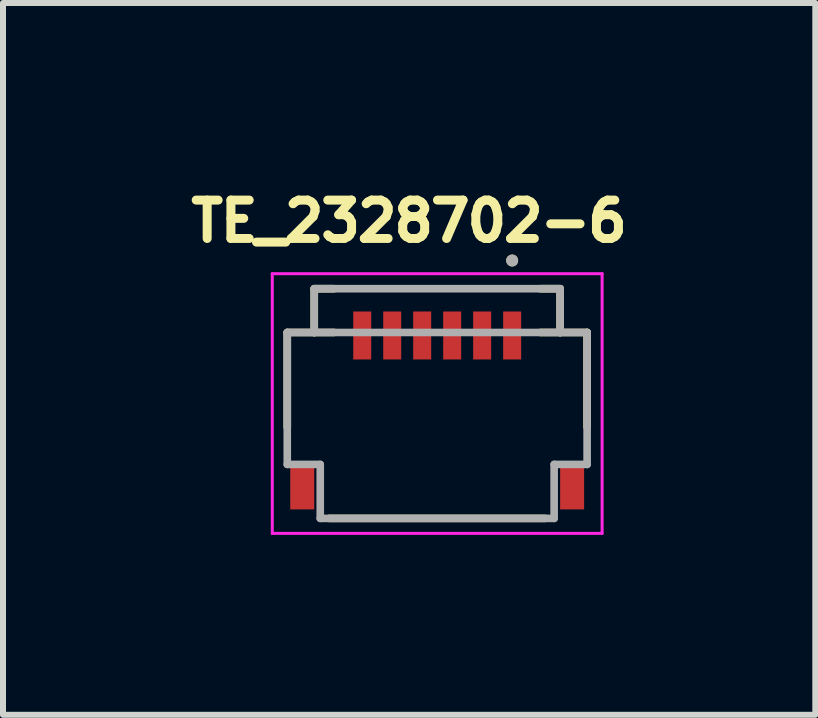
<source format=kicad_pcb>
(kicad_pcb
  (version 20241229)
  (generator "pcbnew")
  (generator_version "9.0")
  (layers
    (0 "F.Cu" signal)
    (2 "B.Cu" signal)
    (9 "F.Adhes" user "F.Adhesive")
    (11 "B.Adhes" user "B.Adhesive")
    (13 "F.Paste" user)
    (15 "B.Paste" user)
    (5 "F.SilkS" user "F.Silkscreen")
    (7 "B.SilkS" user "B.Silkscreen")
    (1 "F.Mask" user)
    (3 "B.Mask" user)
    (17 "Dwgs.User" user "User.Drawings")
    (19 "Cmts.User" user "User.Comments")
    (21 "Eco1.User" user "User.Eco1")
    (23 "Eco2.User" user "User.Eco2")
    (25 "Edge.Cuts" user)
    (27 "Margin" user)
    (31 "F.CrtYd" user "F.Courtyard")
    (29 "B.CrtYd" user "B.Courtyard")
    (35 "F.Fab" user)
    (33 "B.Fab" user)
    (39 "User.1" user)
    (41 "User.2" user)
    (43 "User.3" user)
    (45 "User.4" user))
  (footprint "TE_2328702-6"
    (layer "F.Cu")
    (at 4.24 2.544)
    (property "Reference" "TE_2328702-6" (at -0.468 -1.906 0) (layer "F.SilkS") (effects (font (size 0.64 0.64) (thickness 0.15))))
    (attr through_hole)
    (fp_line (start -2.5 -0.05) (end -2.5 1.53) (stroke (width 0.127) (type solid)) (layer "F.SilkS"))
    (fp_line (start -2.05 -0.78) (end -1.72 -0.78) (stroke (width 0.127) (type solid)) (layer "F.SilkS"))
    (fp_line (start -2.05 -0.05) (end -2.5 -0.05) (stroke (width 0.127) (type solid)) (layer "F.SilkS"))
    (fp_line (start -2.05 -0.05) (end -2.05 -0.78) (stroke (width 0.127) (type solid)) (layer "F.SilkS"))
    (fp_line (start -1.8 3.05) (end 1.8 3.05) (stroke (width 0.127) (type solid)) (layer "F.SilkS"))
    (fp_line (start -1.72 -0.05) (end -2.05 -0.05) (stroke (width 0.127) (type solid)) (layer "F.SilkS"))
    (fp_line (start 1.72 -0.05) (end 2.05 -0.05) (stroke (width 0.127) (type solid)) (layer "F.SilkS"))
    (fp_line (start 2.05 -0.78) (end 1.72 -0.78) (stroke (width 0.127) (type solid)) (layer "F.SilkS"))
    (fp_line (start 2.05 -0.05) (end 2.05 -0.78) (stroke (width 0.127) (type solid)) (layer "F.SilkS"))
    (fp_line (start 2.05 -0.05) (end 2.5 -0.05) (stroke (width 0.127) (type solid)) (layer "F.SilkS"))
    (fp_line (start 2.5 -0.05) (end 2.5 1.53) (stroke (width 0.127) (type solid)) (layer "F.SilkS"))
    (fp_circle (center 1.25 -1.25) (end 1.3 -1.25) (stroke (width 0.1) (type solid)) (fill no) (layer "F.SilkS"))
    (fp_line (start -2.75 -1.03) (end 2.75 -1.03) (stroke (width 0.05) (type solid)) (layer "F.CrtYd"))
    (fp_line (start -2.75 3.3) (end -2.75 -1.03) (stroke (width 0.05) (type solid)) (layer "F.CrtYd"))
    (fp_line (start 2.75 -1.03) (end 2.75 3.3) (stroke (width 0.05) (type solid)) (layer "F.CrtYd"))
    (fp_line (start 2.75 3.3) (end -2.75 3.3) (stroke (width 0.05) (type solid)) (layer "F.CrtYd"))
    (fp_line (start -2.5 -0.05) (end -2.05 -0.05) (stroke (width 0.127) (type solid)) (layer "F.Fab"))
    (fp_line (start -2.5 2.15) (end -2.5 -0.05) (stroke (width 0.127) (type solid)) (layer "F.Fab"))
    (fp_line (start -2.05 -0.78) (end 2.05 -0.78) (stroke (width 0.127) (type solid)) (layer "F.Fab"))
    (fp_line (start -2.05 -0.05) (end -2.05 -0.78) (stroke (width 0.127) (type solid)) (layer "F.Fab"))
    (fp_line (start -2.05 -0.05) (end 2.05 -0.05) (stroke (width 0.127) (type solid)) (layer "F.Fab"))
    (fp_line (start -1.95 2.15) (end -2.5 2.15) (stroke (width 0.127) (type solid)) (layer "F.Fab"))
    (fp_line (start -1.95 3.05) (end -1.95 2.15) (stroke (width 0.127) (type solid)) (layer "F.Fab"))
    (fp_line (start 1.95 2.15) (end 1.95 3.05) (stroke (width 0.127) (type solid)) (layer "F.Fab"))
    (fp_line (start 1.95 3.05) (end -1.95 3.05) (stroke (width 0.127) (type solid)) (layer "F.Fab"))
    (fp_line (start 2.05 -0.78) (end 2.05 -0.05) (stroke (width 0.127) (type solid)) (layer "F.Fab"))
    (fp_line (start 2.05 -0.05) (end 2.5 -0.05) (stroke (width 0.127) (type solid)) (layer "F.Fab"))
    (fp_line (start 2.5 -0.05) (end 2.5 2.15) (stroke (width 0.127) (type solid)) (layer "F.Fab"))
    (fp_line (start 2.5 2.15) (end 1.95 2.15) (stroke (width 0.127) (type solid)) (layer "F.Fab"))
    (fp_circle (center 1.25 -1.25) (end 1.3 -1.25) (stroke (width 0.1) (type solid)) (fill no) (layer "F.Fab"))
    (pad "1" smd rect (at 1.25 0 180) (size 0.3 0.8) (layers "F.Cu" "F.Mask" "F.Paste"))
    (pad "2" smd rect (at 0.75 0 180) (size 0.3 0.8) (layers "F.Cu" "F.Mask" "F.Paste"))
    (pad "3" smd rect (at 0.25 0 180) (size 0.3 0.8) (layers "F.Cu" "F.Mask" "F.Paste"))
    (pad "4" smd rect (at -0.25 0 180) (size 0.3 0.8) (layers "F.Cu" "F.Mask" "F.Paste"))
    (pad "5" smd rect (at -0.75 0 180) (size 0.3 0.8) (layers "F.Cu" "F.Mask" "F.Paste"))
    (pad "6" smd rect (at -1.25 0 180) (size 0.3 0.8) (layers "F.Cu" "F.Mask" "F.Paste"))
    (pad "S1" smd rect (at 2.25 2.5) (size 0.4 0.8) (layers "F.Cu" "F.Mask" "F.Paste"))
    (pad "S2" smd rect (at -2.25 2.5) (size 0.4 0.8) (layers "F.Cu" "F.Mask" "F.Paste")))
  (gr_rect
    (start -3 -3)
    (end 10.545 8.869)
    (stroke (width 0.1) (type default))
    (fill no)
    (layer "Edge.Cuts")))
</source>
